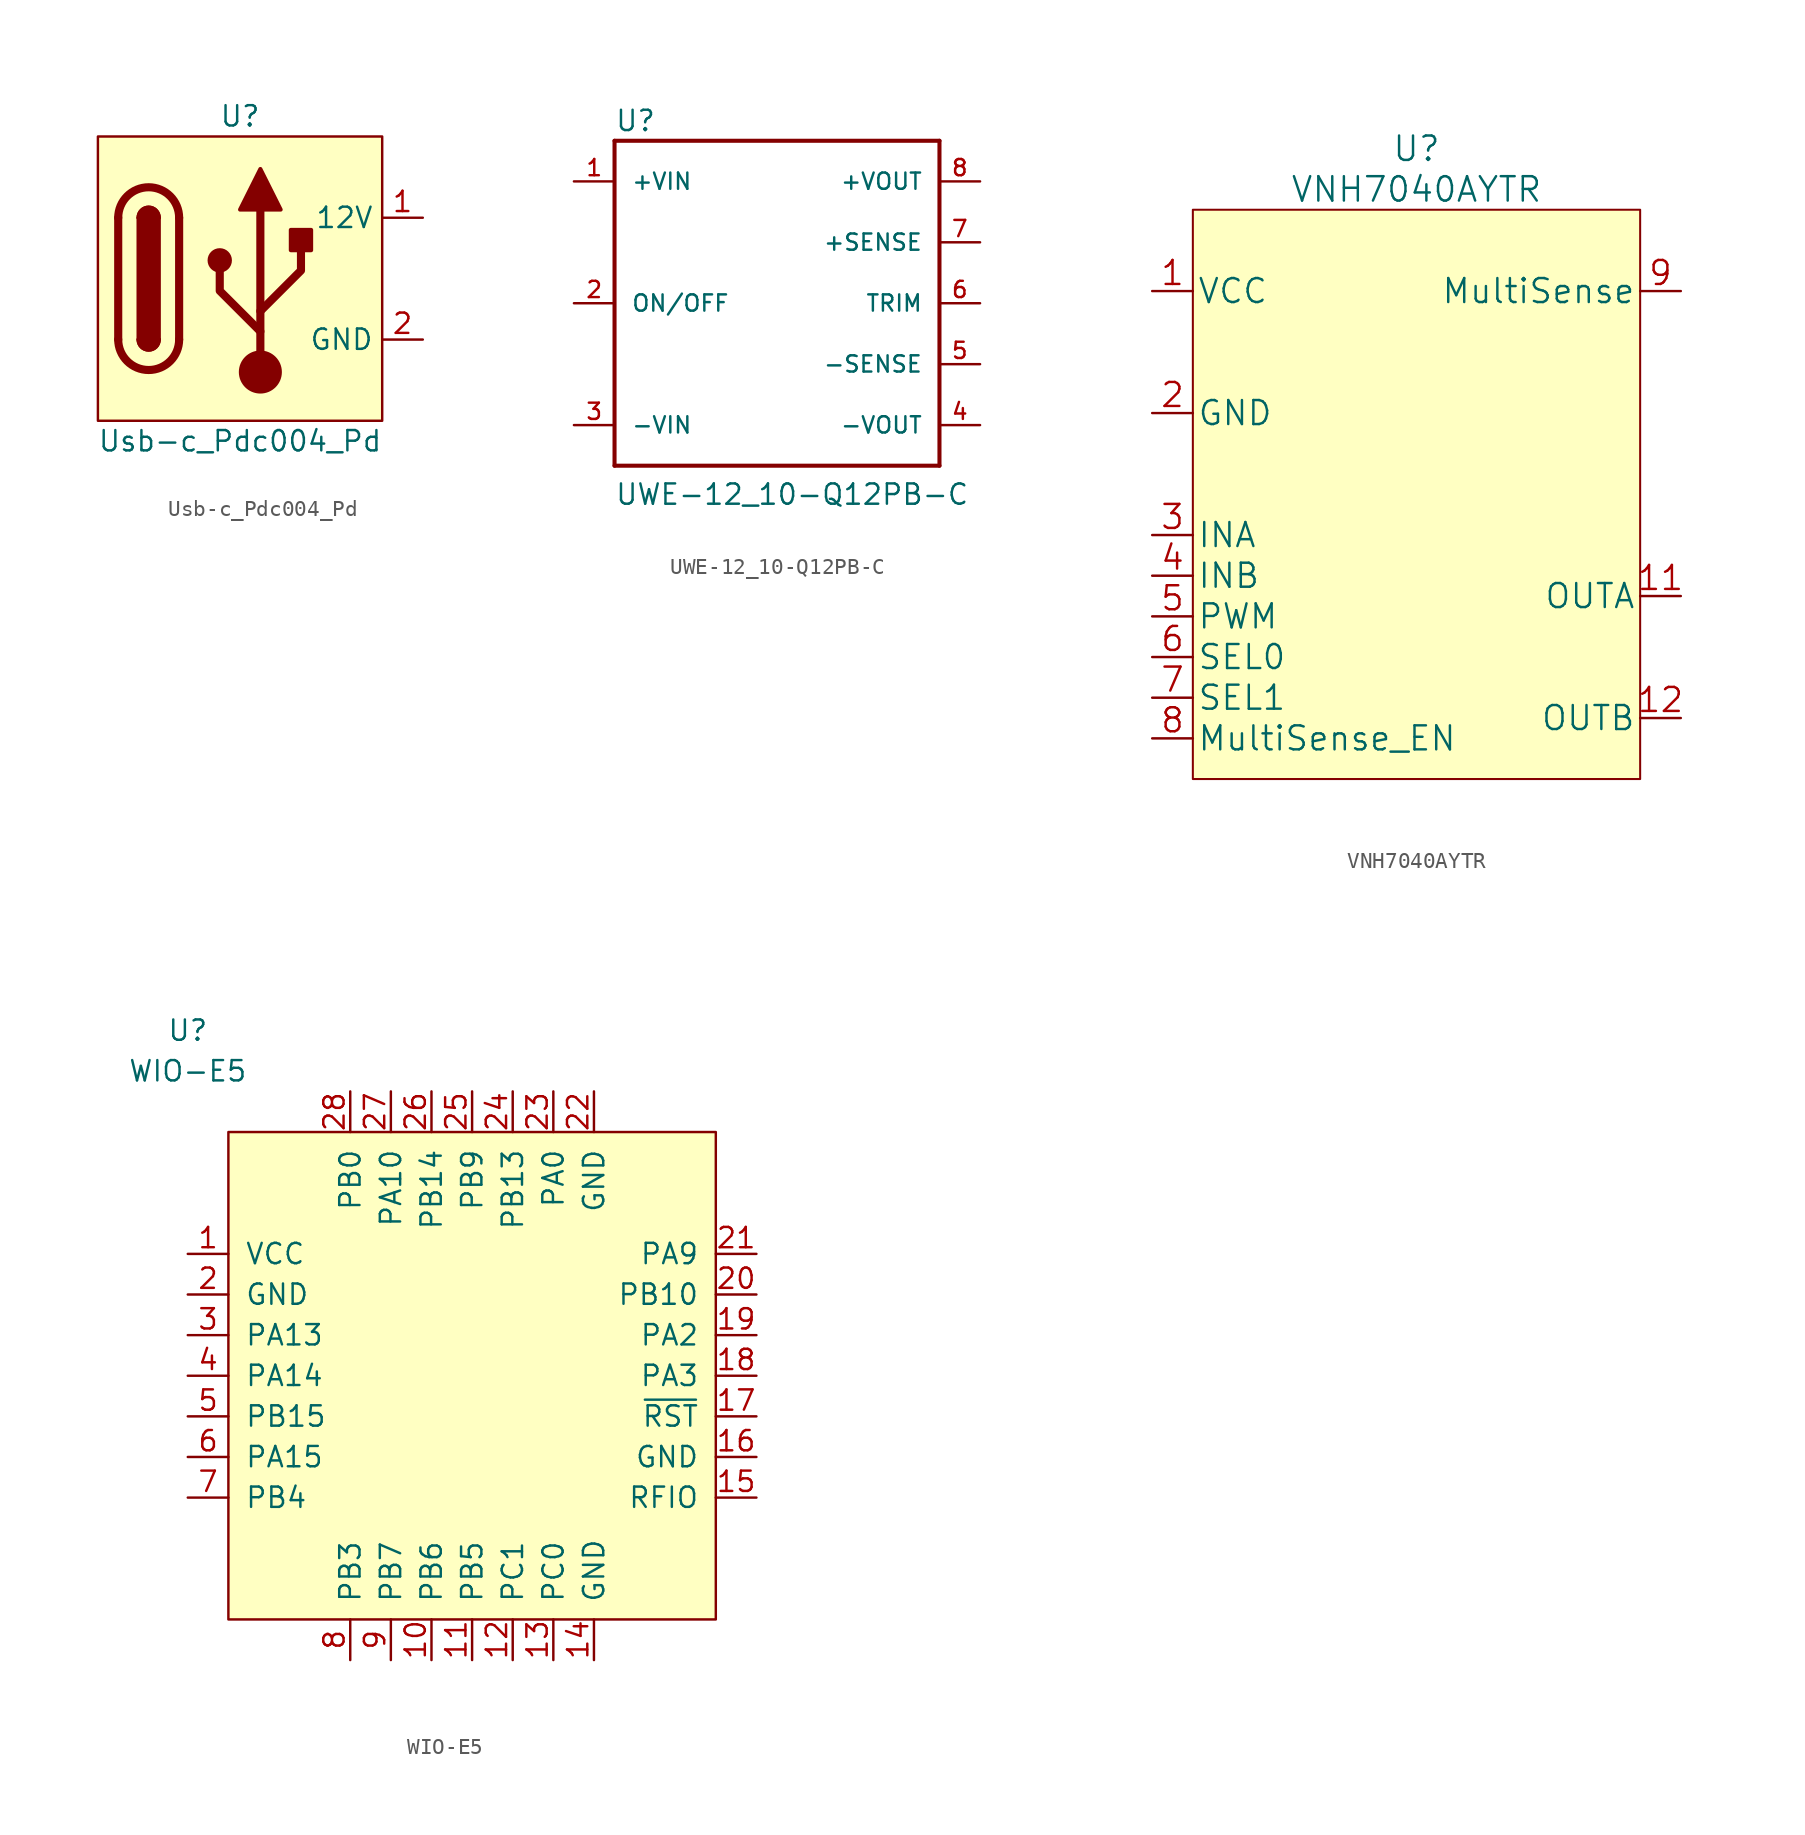
<source format=kicad_sym>
(kicad_symbol_lib
  (version 20220914)
  (generator kicad_symbol_editor)
  (symbol "Usb-c_Pdc004_Pd"
    (property "Reference" "U"
      (at -8.89 10.16 0)
      (effects (font (size 1.27 1.27))))
    (property "Value" "Usb-c_Pdc004_Pd"
      (at -8.89 -10.16 0)
      (effects (font (size 1.27 1.27))))
    (symbol "Usb-c_Pdc004_Pd_0_1"
      (rectangle (start -17.78 8.89) (end 0 -8.89) (stroke (width 0) (type default)) (fill (type background)))
      (arc (start -16.51 -3.81) (mid -14.605 -5.7067) (end -12.7 -3.81) (stroke (width 0.508) (type default)) (fill (type none)))
      (arc (start -15.24 -3.81) (mid -14.605 -4.4423) (end -13.97 -3.81) (stroke (width 0.254) (type default)) (fill (type none)))
      (arc (start -15.24 -3.81) (mid -14.605 -4.4423) (end -13.97 -3.81) (stroke (width 0.254) (type default)) (fill (type outline)))
      (rectangle (start -15.24 -3.81) (end -13.97 3.81) (stroke (width 0.254) (type default)) (fill (type outline)))
      (arc (start -13.97 3.81) (mid -14.605 4.4423) (end -15.24 3.81) (stroke (width 0.254) (type default)) (fill (type none)))
      (arc (start -13.97 3.81) (mid -14.605 4.4423) (end -15.24 3.81) (stroke (width 0.254) (type default)) (fill (type outline)))
      (arc (start -12.7 3.81) (mid -14.605 5.7067) (end -16.51 3.81) (stroke (width 0.508) (type default)) (fill (type none)))
      (polyline (pts (xy -16.51 -3.81) (xy -16.51 3.81)) (stroke (width 0.508) (type default)) (fill (type none)))
      (polyline (pts (xy -12.7 3.81) (xy -12.7 -3.81)) (stroke (width 0.508) (type default)) (fill (type none))))
    (symbol "Usb-c_Pdc004_Pd_1_1"
      (circle (center -10.16 1.143) (radius 0.635) (stroke (width 0.254) (type default)) (fill (type outline)))
      (circle (center -7.62 -5.842) (radius 1.27) (stroke (width 0) (type default)) (fill (type outline)))
      (rectangle (start -5.715 1.778) (end -4.445 3.048) (stroke (width 0.254) (type default)) (fill (type outline)))
      (polyline (pts (xy -7.62 -5.842) (xy -7.62 4.318)) (stroke (width 0.508) (type default)) (fill (type none)))
      (polyline (pts (xy -7.62 -3.302) (xy -10.16 -0.762) (xy -10.16 0.508)) (stroke (width 0.508) (type default)) (fill (type none)))
      (polyline (pts (xy -7.62 -2.032) (xy -5.08 0.508) (xy -5.08 1.778)) (stroke (width 0.508) (type default)) (fill (type none)))
      (polyline (pts (xy -8.89 4.318) (xy -7.62 6.858) (xy -6.35 4.318) (xy -8.89 4.318)) (stroke (width 0.254) (type default)) (fill (type outline)))
      (pin power_out line (at 2.54 3.81 180) (length 2.54) (name "12V" (effects (font (size 1.27 1.27)))) (number "1" (effects (font (size 1.27 1.27)))))
      (pin power_out line (at 2.54 -3.81 180) (length 2.54) (name "GND" (effects (font (size 1.27 1.27)))) (number "2" (effects (font (size 1.27 1.27)))))))
  (symbol "UWE-12_10-Q12PB-C"
    (pin_names
      (offset 1.016))
    (property "Reference" "U"
      (at -10.16 10.668 0)
      (effects (font (size 1.27 1.27)) (justify left bottom)))
    (property "Value" "UWE-12_10-Q12PB-C"
      (at -10.16 -12.7 0)
      (effects (font (size 1.27 1.27)) (justify left bottom)))
    (symbol "UWE-12_10-Q12PB-C_0_0"
      (polyline (pts (xy -10.16 -10.16) (xy -10.16 10.16)) (stroke (width 0.254) (type default)) (fill (type none)))
      (polyline (pts (xy -10.16 -10.16) (xy 10.16 -10.16)) (stroke (width 0.254) (type default)) (fill (type none)))
      (polyline (pts (xy -10.16 10.16) (xy 10.16 10.16)) (stroke (width 0.254) (type default)) (fill (type none)))
      (polyline (pts (xy 10.16 10.16) (xy 10.16 -10.16)) (stroke (width 0.254) (type default)) (fill (type none)))
      (pin input line (at -12.7 7.62 0) (length 2.54) (name "+VIN" (effects (font (size 1.016 1.016)))) (number "1" (effects (font (size 1.016 1.016)))))
      (pin input line (at -12.7 0 0) (length 2.54) (name "ON/OFF" (effects (font (size 1.016 1.016)))) (number "2" (effects (font (size 1.016 1.016)))))
      (pin input line (at -12.7 -7.62 0) (length 2.54) (name "-VIN" (effects (font (size 1.016 1.016)))) (number "3" (effects (font (size 1.016 1.016)))))
      (pin output line (at 12.7 -7.62 180) (length 2.54) (name "-VOUT" (effects (font (size 1.016 1.016)))) (number "4" (effects (font (size 1.016 1.016)))))
      (pin input line (at 12.7 -3.81 180) (length 2.54) (name "-SENSE" (effects (font (size 1.016 1.016)))) (number "5" (effects (font (size 1.016 1.016)))))
      (pin input line (at 12.7 0 180) (length 2.54) (name "TRIM" (effects (font (size 1.016 1.016)))) (number "6" (effects (font (size 1.016 1.016)))))
      (pin input line (at 12.7 3.81 180) (length 2.54) (name "+SENSE" (effects (font (size 1.016 1.016)))) (number "7" (effects (font (size 1.016 1.016)))))
      (pin output line (at 12.7 7.62 180) (length 2.54) (name "+VOUT" (effects (font (size 1.016 1.016)))) (number "8" (effects (font (size 1.016 1.016)))))))
  (symbol "VNH7040AYTR"
    (pin_names
      (offset 0.254))
    (property "Reference" "U"
      (at 0 21.59 0)
      (effects (font (size 1.524 1.524))))
    (property "Value" "VNH7040AYTR"
      (at 0 19.05 0)
      (effects (font (size 1.524 1.524))))
    (property "Datasheet" ""
      (at 0 0 0)
      (effects (font (size 1.524 1.524))))
    (symbol "VNH7040AYTR_1_1"
      (rectangle (start -13.97 17.78) (end 13.97 -17.78) (stroke (width 0.127) (type default)) (fill (type background)))
      (pin power_in line (at -16.51 12.7 0) (length 2.54) (name "VCC" (effects (font (size 1.499 1.499)))) (number "1" (effects (font (size 1.499 1.499)))))
      (pin power_out line (at 16.51 -6.35 180) (length 2.54) (name "OUTA" (effects (font (size 1.499 1.499)))) (number "11" (effects (font (size 1.499 1.499)))))
      (pin power_out line (at 16.51 -13.97 180) (length 2.54) (name "OUTB" (effects (font (size 1.499 1.499)))) (number "12" (effects (font (size 1.499 1.499)))))
      (pin passive line (at -16.51 5.08 0) (length 2.54) (name "GND" (effects (font (size 1.499 1.499)))) (number "2" (effects (font (size 1.499 1.499)))))
      (pin input line (at -16.51 -2.54 0) (length 2.54) (name "INA" (effects (font (size 1.499 1.499)))) (number "3" (effects (font (size 1.499 1.499)))))
      (pin input line (at -16.51 -5.08 0) (length 2.54) (name "INB" (effects (font (size 1.499 1.499)))) (number "4" (effects (font (size 1.499 1.499)))))
      (pin input line (at -16.51 -7.62 0) (length 2.54) (name "PWM" (effects (font (size 1.499 1.499)))) (number "5" (effects (font (size 1.499 1.499)))))
      (pin input line (at -16.51 -10.16 0) (length 2.54) (name "SEL0" (effects (font (size 1.499 1.499)))) (number "6" (effects (font (size 1.499 1.499)))))
      (pin input line (at -16.51 -12.7 0) (length 2.54) (name "SEL1" (effects (font (size 1.499 1.499)))) (number "7" (effects (font (size 1.499 1.499)))))
      (pin input line (at -16.51 -15.24 0) (length 2.54) (name "MultiSense_EN" (effects (font (size 1.499 1.499)))) (number "8" (effects (font (size 1.499 1.499)))))
      (pin output line (at 16.51 12.7 180) (length 2.54) (name "MultiSense" (effects (font (size 1.499 1.499)))) (number "9" (effects (font (size 1.499 1.499)))))))
  (symbol "WIO-E5"
    (pin_names
      (offset 1.016))
    (property "Reference" "U"
      (at -17.78 21.59 0)
      (effects (font (size 1.27 1.27))))
    (property "Value" "WIO-E5"
      (at -17.78 19.05 0)
      (effects (font (size 1.27 1.27))))
    (symbol "WIO-E5_0_1"
      (rectangle (start -15.24 15.24) (end 15.24 -15.24) (stroke (width 0) (type solid)) (fill (type background))))
    (symbol "WIO-E5_1_1"
      (pin input line (at -17.78 7.62 0) (length 2.54) (name "VCC" (effects (font (size 1.27 1.27)))) (number "1" (effects (font (size 1.27 1.27)))))
      (pin input line (at -2.54 -17.78 90) (length 2.54) (name "PB6" (effects (font (size 1.27 1.27)))) (number "10" (effects (font (size 1.27 1.27)))))
      (pin input line (at 0 -17.78 90) (length 2.54) (name "PB5" (effects (font (size 1.27 1.27)))) (number "11" (effects (font (size 1.27 1.27)))))
      (pin input line (at 2.54 -17.78 90) (length 2.54) (name "PC1" (effects (font (size 1.27 1.27)))) (number "12" (effects (font (size 1.27 1.27)))))
      (pin input line (at 5.08 -17.78 90) (length 2.54) (name "PC0" (effects (font (size 1.27 1.27)))) (number "13" (effects (font (size 1.27 1.27)))))
      (pin input line (at 7.62 -17.78 90) (length 2.54) (name "GND" (effects (font (size 1.27 1.27)))) (number "14" (effects (font (size 1.27 1.27)))))
      (pin input line (at 17.78 -7.62 180) (length 2.54) (name "RFIO" (effects (font (size 1.27 1.27)))) (number "15" (effects (font (size 1.27 1.27)))))
      (pin input line (at 17.78 -5.08 180) (length 2.54) (name "GND" (effects (font (size 1.27 1.27)))) (number "16" (effects (font (size 1.27 1.27)))))
      (pin input line (at 17.78 -2.54 180) (length 2.54) (name "~{RST}" (effects (font (size 1.27 1.27)))) (number "17" (effects (font (size 1.27 1.27)))))
      (pin input line (at 17.78 0 180) (length 2.54) (name "PA3" (effects (font (size 1.27 1.27)))) (number "18" (effects (font (size 1.27 1.27)))))
      (pin input line (at 17.78 2.54 180) (length 2.54) (name "PA2" (effects (font (size 1.27 1.27)))) (number "19" (effects (font (size 1.27 1.27)))))
      (pin input line (at -17.78 5.08 0) (length 2.54) (name "GND" (effects (font (size 1.27 1.27)))) (number "2" (effects (font (size 1.27 1.27)))))
      (pin input line (at 17.78 5.08 180) (length 2.54) (name "PB10" (effects (font (size 1.27 1.27)))) (number "20" (effects (font (size 1.27 1.27)))))
      (pin input line (at 17.78 7.62 180) (length 2.54) (name "PA9" (effects (font (size 1.27 1.27)))) (number "21" (effects (font (size 1.27 1.27)))))
      (pin input line (at 7.62 17.78 270) (length 2.54) (name "GND" (effects (font (size 1.27 1.27)))) (number "22" (effects (font (size 1.27 1.27)))))
      (pin input line (at 5.08 17.78 270) (length 2.54) (name "PA0" (effects (font (size 1.27 1.27)))) (number "23" (effects (font (size 1.27 1.27)))))
      (pin input line (at 2.54 17.78 270) (length 2.54) (name "PB13~{}" (effects (font (size 1.27 1.27)))) (number "24" (effects (font (size 1.27 1.27)))))
      (pin input line (at 0 17.78 270) (length 2.54) (name "PB9" (effects (font (size 1.27 1.27)))) (number "25" (effects (font (size 1.27 1.27)))))
      (pin input line (at -2.54 17.78 270) (length 2.54) (name "PB14" (effects (font (size 1.27 1.27)))) (number "26" (effects (font (size 1.27 1.27)))))
      (pin input line (at -5.08 17.78 270) (length 2.54) (name "PA10" (effects (font (size 1.27 1.27)))) (number "27" (effects (font (size 1.27 1.27)))))
      (pin input line (at -7.62 17.78 270) (length 2.54) (name "PB0" (effects (font (size 1.27 1.27)))) (number "28" (effects (font (size 1.27 1.27)))))
      (pin input line (at -17.78 2.54 0) (length 2.54) (name "PA13" (effects (font (size 1.27 1.27)))) (number "3" (effects (font (size 1.27 1.27)))))
      (pin input line (at -17.78 0 0) (length 2.54) (name "PA14" (effects (font (size 1.27 1.27)))) (number "4" (effects (font (size 1.27 1.27)))))
      (pin input line (at -17.78 -2.54 0) (length 2.54) (name "PB15" (effects (font (size 1.27 1.27)))) (number "5" (effects (font (size 1.27 1.27)))))
      (pin input line (at -17.78 -5.08 0) (length 2.54) (name "PA15" (effects (font (size 1.27 1.27)))) (number "6" (effects (font (size 1.27 1.27)))))
      (pin input line (at -17.78 -7.62 0) (length 2.54) (name "PB4" (effects (font (size 1.27 1.27)))) (number "7" (effects (font (size 1.27 1.27)))))
      (pin input line (at -7.62 -17.78 90) (length 2.54) (name "PB3" (effects (font (size 1.27 1.27)))) (number "8" (effects (font (size 1.27 1.27)))))
      (pin input line (at -5.08 -17.78 90) (length 2.54) (name "PB7" (effects (font (size 1.27 1.27)))) (number "9" (effects (font (size 1.27 1.27))))))))
</source>
